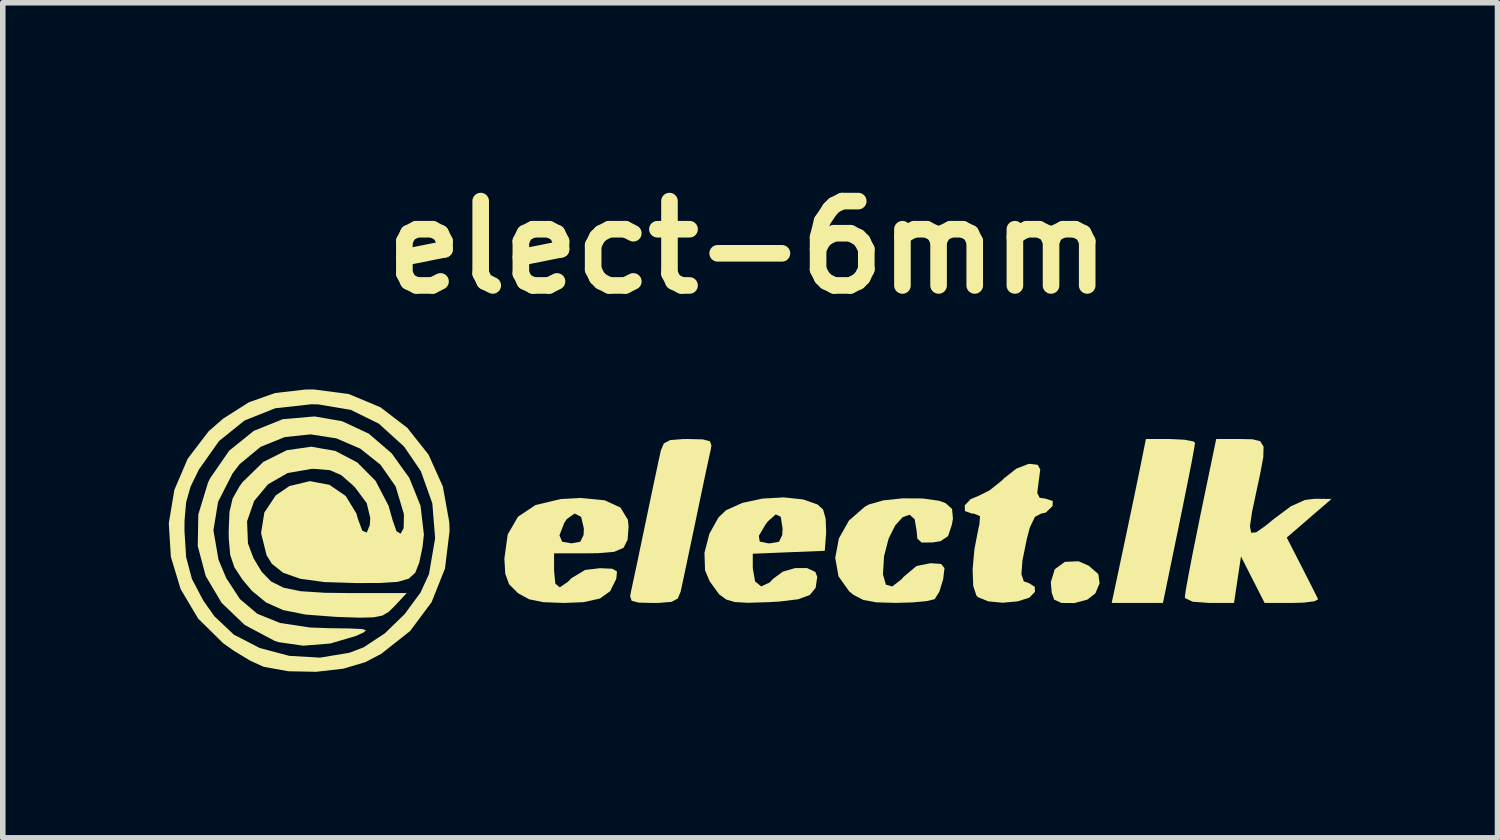
<source format=kicad_pcb>
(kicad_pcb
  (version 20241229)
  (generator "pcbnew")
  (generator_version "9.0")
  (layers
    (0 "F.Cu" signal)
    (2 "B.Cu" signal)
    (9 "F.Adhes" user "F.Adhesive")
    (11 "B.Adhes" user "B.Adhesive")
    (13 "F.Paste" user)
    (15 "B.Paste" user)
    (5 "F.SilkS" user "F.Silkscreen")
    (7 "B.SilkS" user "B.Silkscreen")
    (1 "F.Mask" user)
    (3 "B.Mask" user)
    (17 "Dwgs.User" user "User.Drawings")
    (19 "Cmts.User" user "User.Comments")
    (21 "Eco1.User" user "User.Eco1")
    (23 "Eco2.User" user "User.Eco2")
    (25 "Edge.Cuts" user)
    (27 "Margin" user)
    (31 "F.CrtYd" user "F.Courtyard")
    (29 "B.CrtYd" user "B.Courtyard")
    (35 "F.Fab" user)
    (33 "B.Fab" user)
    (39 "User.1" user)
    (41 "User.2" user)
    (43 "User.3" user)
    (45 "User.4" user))
  (footprint "elect-6mm"
    (layer "F.Cu")
    (at 10.461 6.498)
    (property "Reference" "elect-6mm" (at 0 -5.08 0) (layer "F.SilkS") (effects (font (size 1.524 1.524) (thickness 0.3))))
    (attr board_only exclude_from_pos_files exclude_from_bom)
    (fp_poly (pts (xy 6.16 0.673) (xy 6.334 0.825) (xy 6.356 0.992) (xy 6.28 1.173) (xy 6.135 1.286) (xy 5.902 1.348) (xy 5.667 1.346) (xy 5.535 1.286) (xy 5.491 1.161) (xy 5.475 0.97) (xy 5.547 0.736) (xy 5.73 0.603) (xy 5.975 0.593)) (stroke (width 0) (type solid)) (fill yes) (layer "F.SilkS"))
    (fp_poly (pts (xy 7.89 -1.603) (xy 8.051 -1.572) (xy 8.081 -1.548) (xy 8.064 -1.442) (xy 8.018 -1.19) (xy 7.946 -0.826) (xy 7.856 -0.38) (xy 7.792 -0.067) (xy 7.501 1.346) (xy 6.575 1.346) (xy 6.78 0.381) (xy 6.877 -0.079) (xy 6.973 -0.536) (xy 7.053 -0.924) (xy 7.089 -1.099) (xy 7.193 -1.616) (xy 7.635 -1.616)) (stroke (width 0) (type solid)) (fill yes) (layer "F.SilkS"))
    (fp_poly (pts (xy -0.81 -1.609) (xy -0.684 -1.576) (xy -0.657 -1.497) (xy -0.672 -1.414) (xy -0.708 -1.249) (xy -0.772 -0.951) (xy -0.854 -0.563) (xy -0.943 -0.135) (xy -1.035 0.301) (xy -1.116 0.688) (xy -1.179 0.984) (xy -1.214 1.144) (xy -1.265 1.266) (xy -1.378 1.326) (xy -1.604 1.345) (xy -1.709 1.346) (xy -1.973 1.34) (xy -2.098 1.307) (xy -2.126 1.227) (xy -2.111 1.144) (xy -2.076 0.98) (xy -2.012 0.682) (xy -1.931 0.294) (xy -1.841 -0.135) (xy -1.75 -0.571) (xy -1.668 -0.958) (xy -1.605 -1.253) (xy -1.569 -1.414) (xy -1.518 -1.535) (xy -1.404 -1.596) (xy -1.178 -1.615) (xy -1.074 -1.616)) (stroke (width 0) (type solid)) (fill yes) (layer "F.SilkS"))
    (fp_poly (pts (xy 9.122 -1.611) (xy 9.258 -1.576) (xy 9.319 -1.479) (xy 9.314 -1.289) (xy 9.255 -0.973) (xy 9.2 -0.718) (xy 9.111 -0.3) (xy 9.073 -0.039) (xy 9.095 0.078) (xy 9.185 0.07) (xy 9.353 -0.047) (xy 9.504 -0.171) (xy 9.815 -0.402) (xy 10.067 -0.515) (xy 10.244 -0.536) (xy 10.546 -0.533) (xy 10.142 -0.184) (xy 9.738 0.165) (xy 10.006 0.688) (xy 10.148 0.967) (xy 10.256 1.181) (xy 10.305 1.279) (xy 10.242 1.315) (xy 10.046 1.34) (xy 9.837 1.346) (xy 9.338 1.346) (xy 9.124 0.926) (xy 8.911 0.506) (xy 8.785 1.346) (xy 8.341 1.346) (xy 8.037 1.324) (xy 7.903 1.259) (xy 7.897 1.234) (xy 7.914 1.111) (xy 7.962 0.846) (xy 8.034 0.471) (xy 8.125 0.019) (xy 8.179 -0.247) (xy 8.463 -1.616) (xy 8.899 -1.616)) (stroke (width 0) (type solid)) (fill yes) (layer "F.SilkS"))
    (fp_poly (pts (xy 5.239 -1.15) (xy 5.284 -1.064) (xy 5.257 -0.857) (xy 5.256 -0.853) (xy 5.23 -0.642) (xy 5.273 -0.554) (xy 5.378 -0.539) (xy 5.51 -0.496) (xy 5.507 -0.404) (xy 5.384 -0.287) (xy 5.301 -0.269) (xy 5.188 -0.21) (xy 5.095 -0.015) (xy 5.042 0.186) (xy 4.962 0.58) (xy 4.944 0.828) (xy 4.987 0.956) (xy 5.078 0.987) (xy 5.185 1.054) (xy 5.189 1.144) (xy 5.087 1.251) (xy 4.872 1.318) (xy 4.604 1.342) (xy 4.345 1.317) (xy 4.158 1.241) (xy 4.131 1.214) (xy 4.073 1.038) (xy 4.062 0.74) (xy 4.095 0.373) (xy 4.17 -0.013) (xy 4.184 -0.067) (xy 4.196 -0.222) (xy 4.086 -0.268) (xy 4.052 -0.269) (xy 3.923 -0.314) (xy 3.92 -0.417) (xy 4.026 -0.529) (xy 4.174 -0.591) (xy 4.369 -0.689) (xy 4.589 -0.864) (xy 4.629 -0.905) (xy 4.853 -1.081) (xy 5.07 -1.165) (xy 5.098 -1.167)) (stroke (width 0) (type solid)) (fill yes) (layer "F.SilkS"))
    (fp_poly (pts (xy 3.155 -0.542) (xy 3.457 -0.5) (xy 3.573 -0.458) (xy 3.69 -0.353) (xy 3.707 -0.181) (xy 3.688 -0.07) (xy 3.618 0.139) (xy 3.482 0.23) (xy 3.34 0.253) (xy 3.141 0.255) (xy 3.063 0.183) (xy 3.052 0.056) (xy 3.015 -0.167) (xy 2.923 -0.248) (xy 2.798 -0.204) (xy 2.663 -0.054) (xy 2.544 0.184) (xy 2.464 0.492) (xy 2.462 0.504) (xy 2.442 0.831) (xy 2.495 1.016) (xy 2.61 1.048) (xy 2.778 0.918) (xy 2.815 0.875) (xy 3.049 0.678) (xy 3.3 0.628) (xy 3.492 0.641) (xy 3.554 0.717) (xy 3.531 0.91) (xy 3.529 0.92) (xy 3.462 1.141) (xy 3.378 1.275) (xy 3.374 1.278) (xy 3.239 1.311) (xy 2.982 1.336) (xy 2.675 1.345) (xy 2.322 1.335) (xy 2.088 1.292) (xy 1.912 1.201) (xy 1.833 1.138) (xy 1.639 0.865) (xy 1.58 0.531) (xy 1.646 0.18) (xy 1.828 -0.143) (xy 2.116 -0.394) (xy 2.188 -0.433) (xy 2.446 -0.507) (xy 2.793 -0.544)) (stroke (width 0) (type solid)) (fill yes) (layer "F.SilkS"))
    (fp_poly (pts (xy -2.587 -0.509) (xy -2.301 -0.378) (xy -2.166 -0.156) (xy -2.154 -0.038) (xy -2.171 0.203) (xy -2.245 0.349) (xy -2.413 0.422) (xy -2.708 0.447) (xy -2.882 0.449) (xy -3.5 0.449) (xy -3.5 0.763) (xy -3.477 0.998) (xy -3.398 1.064) (xy -3.252 0.966) (xy -3.186 0.898) (xy -2.939 0.75) (xy -2.673 0.718) (xy -2.449 0.728) (xy -2.364 0.777) (xy -2.374 0.893) (xy -2.381 0.92) (xy -2.487 1.134) (xy -2.672 1.266) (xy -2.969 1.332) (xy -3.326 1.346) (xy -3.697 1.332) (xy -3.949 1.28) (xy -4.138 1.178) (xy -4.161 1.16) (xy -4.313 1.008) (xy -4.382 0.818) (xy -4.398 0.544) (xy -4.34 0.125) (xy -3.403 0.125) (xy -3.353 0.24) (xy -3.186 0.269) (xy -3.026 0.24) (xy -2.967 0.117) (xy -2.962 0) (xy -3.011 -0.209) (xy -3.128 -0.27) (xy -3.27 -0.17) (xy -3.318 -0.096) (xy -3.403 0.125) (xy -4.34 0.125) (xy -4.338 0.109) (xy -4.153 -0.211) (xy -3.836 -0.423) (xy -3.377 -0.532) (xy -3.026 -0.551)) (stroke (width 0) (type solid)) (fill yes) (layer "F.SilkS"))
    (fp_poly (pts (xy 0.998 -0.525) (xy 1.26 -0.433) (xy 1.36 -0.343) (xy 1.407 -0.177) (xy 1.416 0.067) (xy 1.415 0.09) (xy 1.391 0.404) (xy 0.74 0.43) (xy 0.09 0.457) (xy 0.09 0.717) (xy 0.132 0.957) (xy 0.242 1.047) (xy 0.397 0.975) (xy 0.455 0.912) (xy 0.63 0.782) (xy 0.854 0.716) (xy 1.07 0.716) (xy 1.22 0.785) (xy 1.255 0.875) (xy 1.226 1.072) (xy 1.122 1.201) (xy 0.912 1.279) (xy 0.567 1.321) (xy 0.372 1.332) (xy 0.003 1.343) (xy -0.235 1.33) (xy -0.39 1.284) (xy -0.507 1.198) (xy -0.527 1.178) (xy -0.689 0.954) (xy -0.772 0.757) (xy -0.783 0.44) (xy -0.703 0.133) (xy 0.2 0.133) (xy 0.215 0.237) (xy 0.37 0.269) (xy 0.404 0.269) (xy 0.564 0.24) (xy 0.623 0.117) (xy 0.628 0) (xy 0.596 -0.211) (xy 0.505 -0.254) (xy 0.362 -0.127) (xy 0.319 -0.07) (xy 0.2 0.133) (xy -0.703 0.133) (xy -0.694 0.096) (xy -0.53 -0.198) (xy -0.392 -0.33) (xy -0.096 -0.463) (xy 0.268 -0.54) (xy 0.65 -0.561)) (stroke (width 0) (type solid)) (fill yes) (layer "F.SilkS"))
    (fp_poly (pts (xy -7.208 -2.428) (xy -6.638 -2.19) (xy -6.152 -1.818) (xy -5.769 -1.335) (xy -5.51 -0.759) (xy -5.393 -0.112) (xy -5.388 0.045) (xy -5.471 0.723) (xy -5.713 1.332) (xy -6.102 1.854) (xy -6.624 2.266) (xy -6.911 2.416) (xy -7.31 2.534) (xy -7.8 2.59) (xy -8.303 2.58) (xy -8.74 2.501) (xy -8.762 2.494) (xy -8.99 2.389) (xy -9.28 2.214) (xy -9.479 2.074) (xy -9.932 1.627) (xy -10.247 1.097) (xy -10.424 0.512) (xy -10.453 0.045) (xy -10.178 0.045) (xy -10.148 0.518) (xy -10.043 0.913) (xy -9.839 1.301) (xy -9.64 1.584) (xy -9.287 1.918) (xy -8.819 2.16) (xy -8.284 2.302) (xy -7.728 2.334) (xy -7.197 2.246) (xy -6.94 2.147) (xy -6.56 1.897) (xy -6.2 1.548) (xy -5.913 1.158) (xy -5.76 0.825) (xy -5.649 0.176) (xy -5.7 -0.454) (xy -5.908 -1.037) (xy -6.21 -1.479) (xy -6.667 -1.894) (xy -7.174 -2.143) (xy -7.76 -2.241) (xy -7.885 -2.244) (xy -8.54 -2.171) (xy -9.094 -1.95) (xy -9.554 -1.579) (xy -9.917 -1.065) (xy -10.068 -0.755) (xy -10.148 -0.475) (xy -10.177 -0.14) (xy -10.178 0.045) (xy -10.453 0.045) (xy -10.461 -0.095) (xy -10.361 -0.695) (xy -10.121 -1.258) (xy -9.743 -1.754) (xy -9.481 -1.983) (xy -9.015 -2.279) (xy -8.542 -2.447) (xy -7.993 -2.51) (xy -7.843 -2.512)) (stroke (width 0) (type solid)) (fill yes) (layer "F.SilkS"))
    (fp_poly (pts (xy -7.332 -1.938) (xy -6.848 -1.713) (xy -6.435 -1.358) (xy -6.115 -0.912) (xy -5.913 -0.41) (xy -5.852 0.109) (xy -5.877 0.337) (xy -5.935 0.613) (xy -6.006 0.797) (xy -6.126 0.908) (xy -6.327 0.965) (xy -6.643 0.985) (xy -7.058 0.987) (xy -7.648 0.969) (xy -8.086 0.909) (xy -8.395 0.801) (xy -8.6 0.637) (xy -8.694 0.485) (xy -8.794 0.084) (xy -8.735 -0.288) (xy -8.529 -0.597) (xy -8.282 -0.766) (xy -7.912 -0.855) (xy -7.558 -0.788) (xy -7.264 -0.586) (xy -7.072 -0.271) (xy -7.043 -0.168) (xy -6.966 0.039) (xy -6.885 0.075) (xy -6.83 -0.059) (xy -6.821 -0.188) (xy -6.885 -0.457) (xy -7.092 -0.736) (xy -7.126 -0.772) (xy -7.345 -0.963) (xy -7.551 -1.053) (xy -7.834 -1.077) (xy -7.877 -1.077) (xy -8.313 -1.002) (xy -8.668 -0.798) (xy -8.919 -0.497) (xy -9.047 -0.13) (xy -9.031 0.27) (xy -8.932 0.535) (xy -8.783 0.783) (xy -8.614 0.957) (xy -8.39 1.07) (xy -8.078 1.134) (xy -7.645 1.162) (xy -7.242 1.167) (xy -6.162 1.167) (xy -6.379 1.4) (xy -6.489 1.508) (xy -6.602 1.574) (xy -6.761 1.606) (xy -7.008 1.612) (xy -7.385 1.6) (xy -7.449 1.597) (xy -7.99 1.556) (xy -8.395 1.475) (xy -8.704 1.337) (xy -8.959 1.127) (xy -9.128 0.927) (xy -9.276 0.702) (xy -9.352 0.477) (xy -9.378 0.176) (xy -9.379 0.045) (xy -9.365 -0.299) (xy -9.308 -0.541) (xy -9.186 -0.757) (xy -9.128 -0.837) (xy -8.754 -1.202) (xy -8.331 -1.413) (xy -7.888 -1.477) (xy -7.453 -1.401) (xy -7.056 -1.193) (xy -6.725 -0.86) (xy -6.49 -0.409) (xy -6.42 -0.157) (xy -6.348 0.049) (xy -6.272 0.094) (xy -6.218 -0.006) (xy -6.213 -0.234) (xy -6.218 -0.276) (xy -6.363 -0.759) (xy -6.635 -1.15) (xy -7.002 -1.442) (xy -7.434 -1.628) (xy -7.899 -1.7) (xy -8.366 -1.651) (xy -8.804 -1.474) (xy -9.182 -1.161) (xy -9.309 -0.995) (xy -9.571 -0.48) (xy -9.655 0.035) (xy -9.563 0.565) (xy -9.423 0.898) (xy -9.176 1.276) (xy -8.861 1.542) (xy -8.451 1.708) (xy -7.916 1.789) (xy -7.566 1.802) (xy -7.192 1.807) (xy -6.977 1.817) (xy -6.899 1.837) (xy -6.936 1.876) (xy -7.068 1.937) (xy -7.082 1.943) (xy -7.543 2.079) (xy -8.034 2.118) (xy -8.476 2.055) (xy -8.549 2.031) (xy -9.089 1.744) (xy -9.507 1.344) (xy -9.794 0.86) (xy -9.938 0.318) (xy -9.928 -0.253) (xy -9.753 -0.827) (xy -9.716 -0.904) (xy -9.371 -1.404) (xy -8.925 -1.764) (xy -8.402 -1.974) (xy -7.827 -2.024)) (stroke (width 0) (type solid)) (fill yes) (layer "F.SilkS")))
  (gr_rect
    (start -3 -3)
    (end 24.007 12.088)
    (stroke (width 0.1) (type default))
    (fill no)
    (layer "Edge.Cuts")))
</source>
